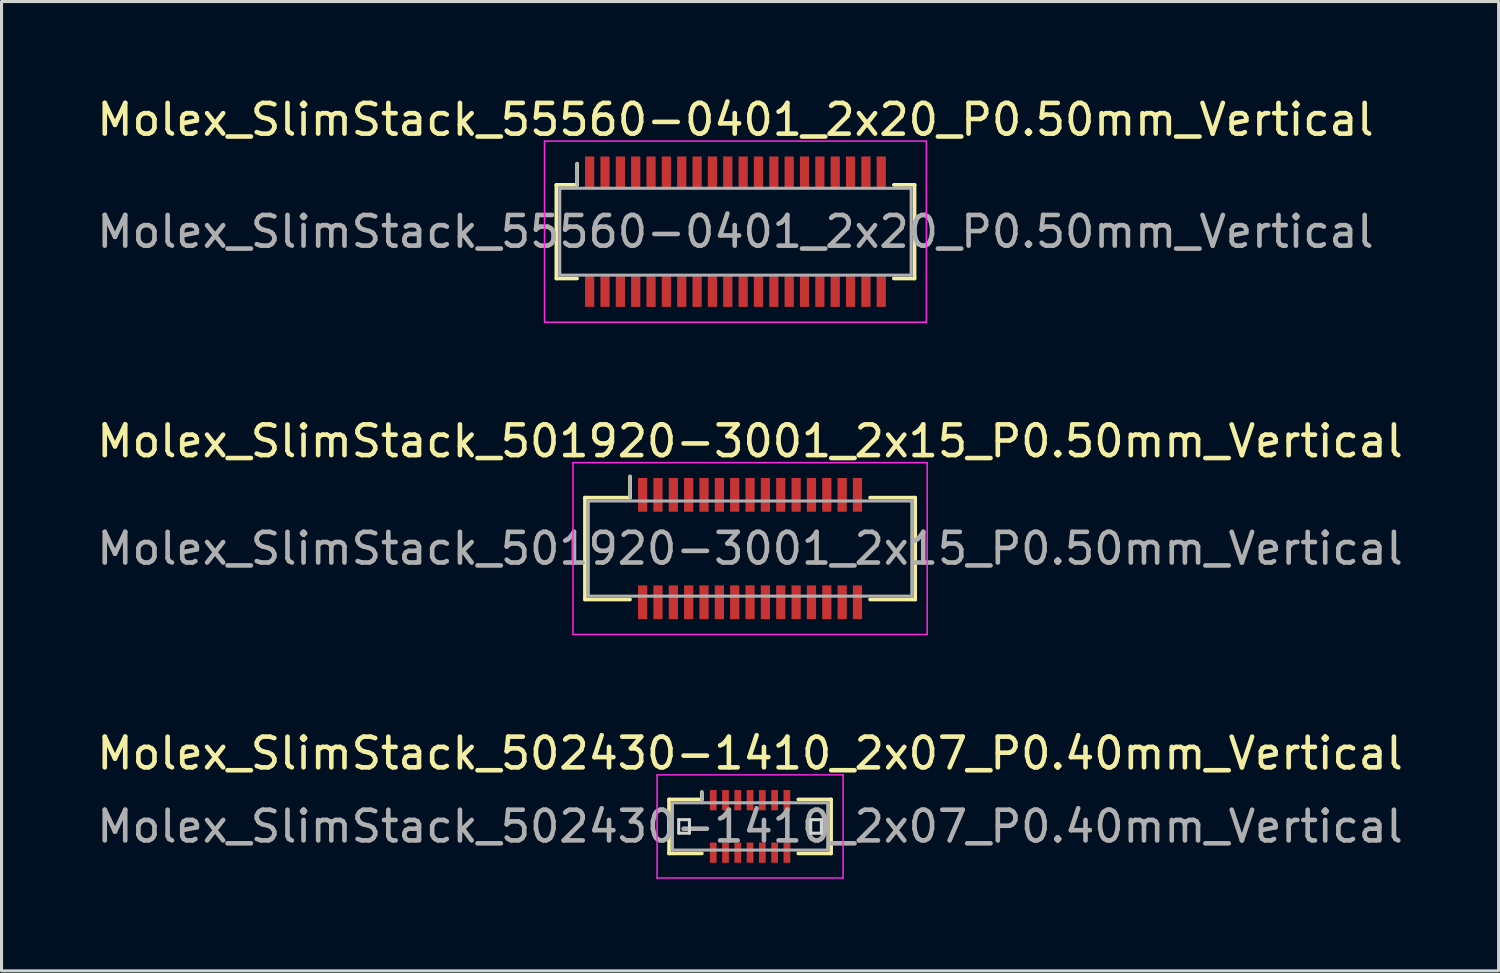
<source format=kicad_pcb>
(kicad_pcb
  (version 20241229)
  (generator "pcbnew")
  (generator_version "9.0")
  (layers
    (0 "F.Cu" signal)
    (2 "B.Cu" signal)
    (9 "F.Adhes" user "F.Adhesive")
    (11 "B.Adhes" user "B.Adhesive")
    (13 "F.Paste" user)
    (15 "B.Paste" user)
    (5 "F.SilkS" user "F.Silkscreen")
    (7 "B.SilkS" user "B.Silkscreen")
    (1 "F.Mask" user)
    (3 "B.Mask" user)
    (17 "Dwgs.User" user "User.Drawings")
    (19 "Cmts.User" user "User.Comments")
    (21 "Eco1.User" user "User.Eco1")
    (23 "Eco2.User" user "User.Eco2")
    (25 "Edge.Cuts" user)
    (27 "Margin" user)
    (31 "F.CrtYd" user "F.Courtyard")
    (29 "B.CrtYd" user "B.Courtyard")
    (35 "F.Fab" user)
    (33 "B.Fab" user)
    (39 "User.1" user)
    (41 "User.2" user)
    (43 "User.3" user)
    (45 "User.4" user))
  (footprint "Molex_SlimStack_502430-1410_2x07_P0.40mm_Vertical"
    (layer "F.Cu")
    (at 21.387 23.875)
    (property "Reference" "Molex_SlimStack_502430-1410_2x07_P0.40mm_Vertical" (at 0 -2.38 0) (layer "F.SilkS") (effects (font (size 1 1) (thickness 0.15))))
    (attr smd)
    (fp_line (start -2.64 -0.88) (end -1.57 -0.88) (stroke (width 0.12) (type solid)) (layer "F.SilkS"))
    (fp_line (start -2.64 0.88) (end -2.64 -0.88) (stroke (width 0.12) (type solid)) (layer "F.SilkS"))
    (fp_line (start -1.57 -0.88) (end -1.57 -1.12) (stroke (width 0.12) (type solid)) (layer "F.SilkS"))
    (fp_line (start -1.57 0.88) (end -2.64 0.88) (stroke (width 0.12) (type solid)) (layer "F.SilkS"))
    (fp_line (start 1.57 0.88) (end 2.64 0.88) (stroke (width 0.12) (type solid)) (layer "F.SilkS"))
    (fp_line (start 2.64 -0.88) (end 1.57 -0.88) (stroke (width 0.12) (type solid)) (layer "F.SilkS"))
    (fp_line (start 2.64 0.88) (end 2.64 -0.88) (stroke (width 0.12) (type solid)) (layer "F.SilkS"))
    (fp_line (start -2.325 -0.22) (end -2.325 0.22) (stroke (width 0.1) (type solid)) (layer "Edge.Cuts"))
    (fp_line (start -2.325 0.22) (end -1.975 0.22) (stroke (width 0.1) (type solid)) (layer "Edge.Cuts"))
    (fp_line (start -1.975 -0.22) (end -2.325 -0.22) (stroke (width 0.1) (type solid)) (layer "Edge.Cuts"))
    (fp_line (start -1.975 0.22) (end -1.975 -0.22) (stroke (width 0.1) (type solid)) (layer "Edge.Cuts"))
    (fp_line (start 1.975 -0.22) (end 1.975 0.22) (stroke (width 0.1) (type solid)) (layer "Edge.Cuts"))
    (fp_line (start 1.975 0.22) (end 2.325 0.22) (stroke (width 0.1) (type solid)) (layer "Edge.Cuts"))
    (fp_line (start 2.325 -0.22) (end 1.975 -0.22) (stroke (width 0.1) (type solid)) (layer "Edge.Cuts"))
    (fp_line (start 2.325 0.22) (end 2.325 -0.22) (stroke (width 0.1) (type solid)) (layer "Edge.Cuts"))
    (fp_line (start -3.03 -1.68) (end -3.03 1.68) (stroke (width 0.05) (type solid)) (layer "F.CrtYd"))
    (fp_line (start -3.03 1.68) (end 3.03 1.68) (stroke (width 0.05) (type solid)) (layer "F.CrtYd"))
    (fp_line (start 3.03 -1.68) (end -3.03 -1.68) (stroke (width 0.05) (type solid)) (layer "F.CrtYd"))
    (fp_line (start 3.03 1.68) (end 3.03 -1.68) (stroke (width 0.05) (type solid)) (layer "F.CrtYd"))
    (fp_line (start -2.53 -0.77) (end -2.53 0.77) (stroke (width 0.1) (type solid)) (layer "F.Fab"))
    (fp_line (start -2.53 0.77) (end 2.53 0.77) (stroke (width 0.1) (type solid)) (layer "F.Fab"))
    (fp_line (start -1.57 -0.77) (end -1.57 -1.12) (stroke (width 0.1) (type solid)) (layer "F.Fab"))
    (fp_line (start 2.53 -0.77) (end -2.53 -0.77) (stroke (width 0.1) (type solid)) (layer "F.Fab"))
    (fp_line (start 2.53 0.77) (end 2.53 -0.77) (stroke (width 0.1) (type solid)) (layer "F.Fab"))
    (fp_text user "${REFERENCE}" (at 0 0 0) (layer "F.Fab") (effects (font (size 1 1) (thickness 0.15))))
    (pad "1" smd rect (at -1.2 -0.855) (size 0.22 0.66) (layers "F.Cu" "F.Mask" "F.Paste"))
    (pad "2" smd rect (at -1.2 0.855) (size 0.22 0.66) (layers "F.Cu" "F.Mask" "F.Paste"))
    (pad "3" smd rect (at -0.8 -0.855) (size 0.22 0.66) (layers "F.Cu" "F.Mask" "F.Paste"))
    (pad "4" smd rect (at -0.8 0.855) (size 0.22 0.66) (layers "F.Cu" "F.Mask" "F.Paste"))
    (pad "5" smd rect (at -0.4 -0.855) (size 0.22 0.66) (layers "F.Cu" "F.Mask" "F.Paste"))
    (pad "6" smd rect (at -0.4 0.855) (size 0.22 0.66) (layers "F.Cu" "F.Mask" "F.Paste"))
    (pad "7" smd rect (at 0 -0.855) (size 0.22 0.66) (layers "F.Cu" "F.Mask" "F.Paste"))
    (pad "8" smd rect (at 0 0.855) (size 0.22 0.66) (layers "F.Cu" "F.Mask" "F.Paste"))
    (pad "9" smd rect (at 0.4 -0.855) (size 0.22 0.66) (layers "F.Cu" "F.Mask" "F.Paste"))
    (pad "10" smd rect (at 0.4 0.855) (size 0.22 0.66) (layers "F.Cu" "F.Mask" "F.Paste"))
    (pad "11" smd rect (at 0.8 -0.855) (size 0.22 0.66) (layers "F.Cu" "F.Mask" "F.Paste"))
    (pad "12" smd rect (at 0.8 0.855) (size 0.22 0.66) (layers "F.Cu" "F.Mask" "F.Paste"))
    (pad "13" smd rect (at 1.2 -0.855) (size 0.22 0.66) (layers "F.Cu" "F.Mask" "F.Paste"))
    (pad "14" smd rect (at 1.2 0.855) (size 0.22 0.66) (layers "F.Cu" "F.Mask" "F.Paste")))
  (footprint "Molex_SlimStack_501920-3001_2x15_P0.50mm_Vertical"
    (layer "F.Cu")
    (at 21.387 14.822)
    (property "Reference" "Molex_SlimStack_501920-3001_2x15_P0.50mm_Vertical" (at 0 -3.5 0) (layer "F.SilkS") (effects (font (size 1 1) (thickness 0.15))))
    (attr smd)
    (fp_line (start -5.38 -1.66) (end -3.91 -1.66) (stroke (width 0.12) (type solid)) (layer "F.SilkS"))
    (fp_line (start -5.38 1.66) (end -5.38 -1.66) (stroke (width 0.12) (type solid)) (layer "F.SilkS"))
    (fp_line (start -3.91 -1.66) (end -3.91 -2.35) (stroke (width 0.12) (type solid)) (layer "F.SilkS"))
    (fp_line (start -3.91 1.66) (end -5.38 1.66) (stroke (width 0.12) (type solid)) (layer "F.SilkS"))
    (fp_line (start 3.91 1.66) (end 5.38 1.66) (stroke (width 0.12) (type solid)) (layer "F.SilkS"))
    (fp_line (start 5.38 -1.66) (end 3.91 -1.66) (stroke (width 0.12) (type solid)) (layer "F.SilkS"))
    (fp_line (start 5.38 1.66) (end 5.38 -1.66) (stroke (width 0.12) (type solid)) (layer "F.SilkS"))
    (fp_line (start -5.77 -2.8) (end -5.77 2.8) (stroke (width 0.05) (type solid)) (layer "F.CrtYd"))
    (fp_line (start -5.77 2.8) (end 5.77 2.8) (stroke (width 0.05) (type solid)) (layer "F.CrtYd"))
    (fp_line (start 5.77 -2.8) (end -5.77 -2.8) (stroke (width 0.05) (type solid)) (layer "F.CrtYd"))
    (fp_line (start 5.77 2.8) (end 5.77 -2.8) (stroke (width 0.05) (type solid)) (layer "F.CrtYd"))
    (fp_line (start -5.27 -1.55) (end -5.27 1.55) (stroke (width 0.1) (type solid)) (layer "F.Fab"))
    (fp_line (start -5.27 1.55) (end 5.27 1.55) (stroke (width 0.1) (type solid)) (layer "F.Fab"))
    (fp_line (start -3.91 -1.66) (end -3.91 -2.35) (stroke (width 0.1) (type solid)) (layer "F.Fab"))
    (fp_line (start 5.27 -1.55) (end -5.27 -1.55) (stroke (width 0.1) (type solid)) (layer "F.Fab"))
    (fp_line (start 5.27 1.55) (end 5.27 -1.55) (stroke (width 0.1) (type solid)) (layer "F.Fab"))
    (fp_text user "${REFERENCE}" (at 0 0 0) (layer "F.Fab") (effects (font (size 1 1) (thickness 0.15))))
    (pad "1" smd rect (at -3.5 -1.75) (size 0.3 1.1) (layers "F.Cu" "F.Mask" "F.Paste"))
    (pad "2" smd rect (at -3.5 1.75) (size 0.3 1.1) (layers "F.Cu" "F.Mask" "F.Paste"))
    (pad "3" smd rect (at -3 -1.75) (size 0.3 1.1) (layers "F.Cu" "F.Mask" "F.Paste"))
    (pad "4" smd rect (at -3 1.75) (size 0.3 1.1) (layers "F.Cu" "F.Mask" "F.Paste"))
    (pad "5" smd rect (at -2.5 -1.75) (size 0.3 1.1) (layers "F.Cu" "F.Mask" "F.Paste"))
    (pad "6" smd rect (at -2.5 1.75) (size 0.3 1.1) (layers "F.Cu" "F.Mask" "F.Paste"))
    (pad "7" smd rect (at -2 -1.75) (size 0.3 1.1) (layers "F.Cu" "F.Mask" "F.Paste"))
    (pad "8" smd rect (at -2 1.75) (size 0.3 1.1) (layers "F.Cu" "F.Mask" "F.Paste"))
    (pad "9" smd rect (at -1.5 -1.75) (size 0.3 1.1) (layers "F.Cu" "F.Mask" "F.Paste"))
    (pad "10" smd rect (at -1.5 1.75) (size 0.3 1.1) (layers "F.Cu" "F.Mask" "F.Paste"))
    (pad "11" smd rect (at -1 -1.75) (size 0.3 1.1) (layers "F.Cu" "F.Mask" "F.Paste"))
    (pad "12" smd rect (at -1 1.75) (size 0.3 1.1) (layers "F.Cu" "F.Mask" "F.Paste"))
    (pad "13" smd rect (at -0.5 -1.75) (size 0.3 1.1) (layers "F.Cu" "F.Mask" "F.Paste"))
    (pad "14" smd rect (at -0.5 1.75) (size 0.3 1.1) (layers "F.Cu" "F.Mask" "F.Paste"))
    (pad "15" smd rect (at 0 -1.75) (size 0.3 1.1) (layers "F.Cu" "F.Mask" "F.Paste"))
    (pad "16" smd rect (at 0 1.75) (size 0.3 1.1) (layers "F.Cu" "F.Mask" "F.Paste"))
    (pad "17" smd rect (at 0.5 -1.75) (size 0.3 1.1) (layers "F.Cu" "F.Mask" "F.Paste"))
    (pad "18" smd rect (at 0.5 1.75) (size 0.3 1.1) (layers "F.Cu" "F.Mask" "F.Paste"))
    (pad "19" smd rect (at 1 -1.75) (size 0.3 1.1) (layers "F.Cu" "F.Mask" "F.Paste"))
    (pad "20" smd rect (at 1 1.75) (size 0.3 1.1) (layers "F.Cu" "F.Mask" "F.Paste"))
    (pad "21" smd rect (at 1.5 -1.75) (size 0.3 1.1) (layers "F.Cu" "F.Mask" "F.Paste"))
    (pad "22" smd rect (at 1.5 1.75) (size 0.3 1.1) (layers "F.Cu" "F.Mask" "F.Paste"))
    (pad "23" smd rect (at 2 -1.75) (size 0.3 1.1) (layers "F.Cu" "F.Mask" "F.Paste"))
    (pad "24" smd rect (at 2 1.75) (size 0.3 1.1) (layers "F.Cu" "F.Mask" "F.Paste"))
    (pad "25" smd rect (at 2.5 -1.75) (size 0.3 1.1) (layers "F.Cu" "F.Mask" "F.Paste"))
    (pad "26" smd rect (at 2.5 1.75) (size 0.3 1.1) (layers "F.Cu" "F.Mask" "F.Paste"))
    (pad "27" smd rect (at 3 -1.75) (size 0.3 1.1) (layers "F.Cu" "F.Mask" "F.Paste"))
    (pad "28" smd rect (at 3 1.75) (size 0.3 1.1) (layers "F.Cu" "F.Mask" "F.Paste"))
    (pad "29" smd rect (at 3.5 -1.75) (size 0.3 1.1) (layers "F.Cu" "F.Mask" "F.Paste"))
    (pad "30" smd rect (at 3.5 1.75) (size 0.3 1.1) (layers "F.Cu" "F.Mask" "F.Paste")))
  (footprint "Molex_SlimStack_55560-0401_2x20_P0.50mm_Vertical"
    (layer "F.Cu")
    (at 20.911 4.498)
    (property "Reference" "Molex_SlimStack_55560-0401_2x20_P0.50mm_Vertical" (at 0 -3.65 0) (layer "F.SilkS") (effects (font (size 1 1) (thickness 0.15))))
    (attr smd)
    (fp_line (start -5.835 -1.525) (end -5.16 -1.525) (stroke (width 0.12) (type solid)) (layer "F.SilkS"))
    (fp_line (start -5.835 1.525) (end -5.835 -1.525) (stroke (width 0.12) (type solid)) (layer "F.SilkS"))
    (fp_line (start -5.16 -1.525) (end -5.16 -2.215) (stroke (width 0.12) (type solid)) (layer "F.SilkS"))
    (fp_line (start -5.16 1.525) (end -5.835 1.525) (stroke (width 0.12) (type solid)) (layer "F.SilkS"))
    (fp_line (start 5.16 1.525) (end 5.835 1.525) (stroke (width 0.12) (type solid)) (layer "F.SilkS"))
    (fp_line (start 5.835 -1.525) (end 5.16 -1.525) (stroke (width 0.12) (type solid)) (layer "F.SilkS"))
    (fp_line (start 5.835 1.525) (end 5.835 -1.525) (stroke (width 0.12) (type solid)) (layer "F.SilkS"))
    (fp_line (start -6.22 -2.95) (end -6.22 2.95) (stroke (width 0.05) (type solid)) (layer "F.CrtYd"))
    (fp_line (start -6.22 2.95) (end 6.22 2.95) (stroke (width 0.05) (type solid)) (layer "F.CrtYd"))
    (fp_line (start 6.22 -2.95) (end -6.22 -2.95) (stroke (width 0.05) (type solid)) (layer "F.CrtYd"))
    (fp_line (start 6.22 2.95) (end 6.22 -2.95) (stroke (width 0.05) (type solid)) (layer "F.CrtYd"))
    (fp_line (start -5.725 -1.415) (end -5.725 1.415) (stroke (width 0.1) (type solid)) (layer "F.Fab"))
    (fp_line (start -5.725 1.415) (end 5.725 1.415) (stroke (width 0.1) (type solid)) (layer "F.Fab"))
    (fp_line (start -5.16 -1.525) (end -5.16 -2.215) (stroke (width 0.1) (type solid)) (layer "F.Fab"))
    (fp_line (start 5.725 -1.415) (end -5.725 -1.415) (stroke (width 0.1) (type solid)) (layer "F.Fab"))
    (fp_line (start 5.725 1.415) (end 5.725 -1.415) (stroke (width 0.1) (type solid)) (layer "F.Fab"))
    (fp_text user "${REFERENCE}" (at 0 0 0) (layer "F.Fab") (effects (font (size 1 1) (thickness 0.15))))
    (pad "1" smd rect (at -4.75 -1.95) (size 0.3 1) (layers "F.Cu" "F.Mask" "F.Paste"))
    (pad "2" smd rect (at -4.75 1.95) (size 0.3 1) (layers "F.Cu" "F.Mask" "F.Paste"))
    (pad "3" smd rect (at -4.25 -1.95) (size 0.3 1) (layers "F.Cu" "F.Mask" "F.Paste"))
    (pad "4" smd rect (at -4.25 1.95) (size 0.3 1) (layers "F.Cu" "F.Mask" "F.Paste"))
    (pad "5" smd rect (at -3.75 -1.95) (size 0.3 1) (layers "F.Cu" "F.Mask" "F.Paste"))
    (pad "6" smd rect (at -3.75 1.95) (size 0.3 1) (layers "F.Cu" "F.Mask" "F.Paste"))
    (pad "7" smd rect (at -3.25 -1.95) (size 0.3 1) (layers "F.Cu" "F.Mask" "F.Paste"))
    (pad "8" smd rect (at -3.25 1.95) (size 0.3 1) (layers "F.Cu" "F.Mask" "F.Paste"))
    (pad "9" smd rect (at -2.75 -1.95) (size 0.3 1) (layers "F.Cu" "F.Mask" "F.Paste"))
    (pad "10" smd rect (at -2.75 1.95) (size 0.3 1) (layers "F.Cu" "F.Mask" "F.Paste"))
    (pad "11" smd rect (at -2.25 -1.95) (size 0.3 1) (layers "F.Cu" "F.Mask" "F.Paste"))
    (pad "12" smd rect (at -2.25 1.95) (size 0.3 1) (layers "F.Cu" "F.Mask" "F.Paste"))
    (pad "13" smd rect (at -1.75 -1.95) (size 0.3 1) (layers "F.Cu" "F.Mask" "F.Paste"))
    (pad "14" smd rect (at -1.75 1.95) (size 0.3 1) (layers "F.Cu" "F.Mask" "F.Paste"))
    (pad "15" smd rect (at -1.25 -1.95) (size 0.3 1) (layers "F.Cu" "F.Mask" "F.Paste"))
    (pad "16" smd rect (at -1.25 1.95) (size 0.3 1) (layers "F.Cu" "F.Mask" "F.Paste"))
    (pad "17" smd rect (at -0.75 -1.95) (size 0.3 1) (layers "F.Cu" "F.Mask" "F.Paste"))
    (pad "18" smd rect (at -0.75 1.95) (size 0.3 1) (layers "F.Cu" "F.Mask" "F.Paste"))
    (pad "19" smd rect (at -0.25 -1.95) (size 0.3 1) (layers "F.Cu" "F.Mask" "F.Paste"))
    (pad "20" smd rect (at -0.25 1.95) (size 0.3 1) (layers "F.Cu" "F.Mask" "F.Paste"))
    (pad "21" smd rect (at 0.25 -1.95) (size 0.3 1) (layers "F.Cu" "F.Mask" "F.Paste"))
    (pad "22" smd rect (at 0.25 1.95) (size 0.3 1) (layers "F.Cu" "F.Mask" "F.Paste"))
    (pad "23" smd rect (at 0.75 -1.95) (size 0.3 1) (layers "F.Cu" "F.Mask" "F.Paste"))
    (pad "24" smd rect (at 0.75 1.95) (size 0.3 1) (layers "F.Cu" "F.Mask" "F.Paste"))
    (pad "25" smd rect (at 1.25 -1.95) (size 0.3 1) (layers "F.Cu" "F.Mask" "F.Paste"))
    (pad "26" smd rect (at 1.25 1.95) (size 0.3 1) (layers "F.Cu" "F.Mask" "F.Paste"))
    (pad "27" smd rect (at 1.75 -1.95) (size 0.3 1) (layers "F.Cu" "F.Mask" "F.Paste"))
    (pad "28" smd rect (at 1.75 1.95) (size 0.3 1) (layers "F.Cu" "F.Mask" "F.Paste"))
    (pad "29" smd rect (at 2.25 -1.95) (size 0.3 1) (layers "F.Cu" "F.Mask" "F.Paste"))
    (pad "30" smd rect (at 2.25 1.95) (size 0.3 1) (layers "F.Cu" "F.Mask" "F.Paste"))
    (pad "31" smd rect (at 2.75 -1.95) (size 0.3 1) (layers "F.Cu" "F.Mask" "F.Paste"))
    (pad "32" smd rect (at 2.75 1.95) (size 0.3 1) (layers "F.Cu" "F.Mask" "F.Paste"))
    (pad "33" smd rect (at 3.25 -1.95) (size 0.3 1) (layers "F.Cu" "F.Mask" "F.Paste"))
    (pad "34" smd rect (at 3.25 1.95) (size 0.3 1) (layers "F.Cu" "F.Mask" "F.Paste"))
    (pad "35" smd rect (at 3.75 -1.95) (size 0.3 1) (layers "F.Cu" "F.Mask" "F.Paste"))
    (pad "36" smd rect (at 3.75 1.95) (size 0.3 1) (layers "F.Cu" "F.Mask" "F.Paste"))
    (pad "37" smd rect (at 4.25 -1.95) (size 0.3 1) (layers "F.Cu" "F.Mask" "F.Paste"))
    (pad "38" smd rect (at 4.25 1.95) (size 0.3 1) (layers "F.Cu" "F.Mask" "F.Paste"))
    (pad "39" smd rect (at 4.75 -1.95) (size 0.3 1) (layers "F.Cu" "F.Mask" "F.Paste"))
    (pad "40" smd rect (at 4.75 1.95) (size 0.3 1) (layers "F.Cu" "F.Mask" "F.Paste")))
  (gr_rect
    (start -3 -3)
    (end 45.774 28.58)
    (stroke (width 0.1) (type default))
    (fill no)
    (layer "Edge.Cuts")))
</source>
